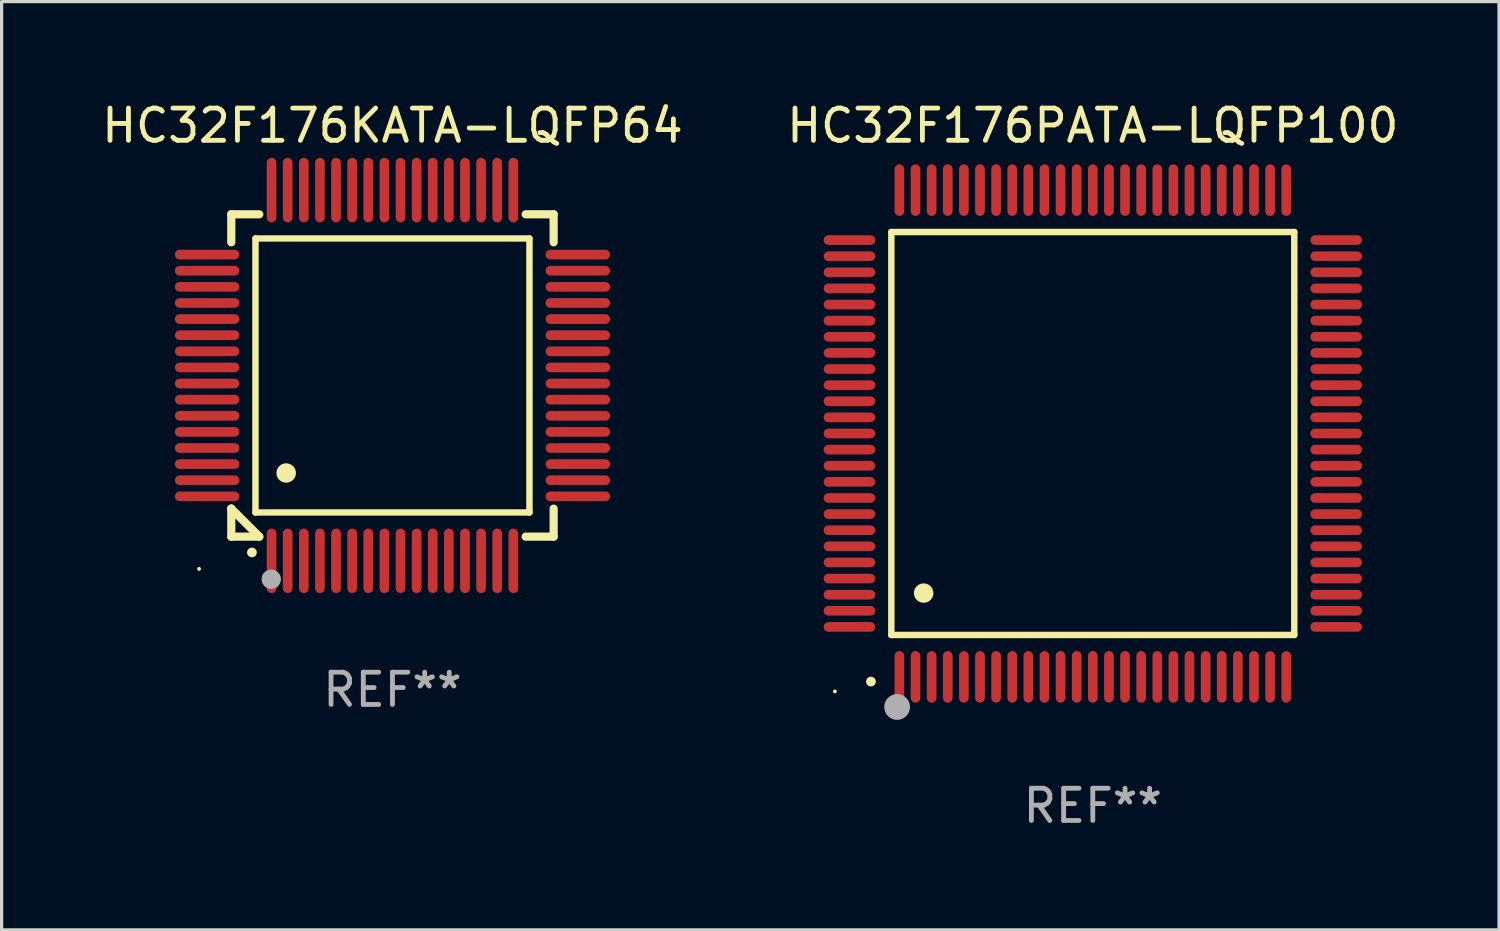
<source format=kicad_pcb>
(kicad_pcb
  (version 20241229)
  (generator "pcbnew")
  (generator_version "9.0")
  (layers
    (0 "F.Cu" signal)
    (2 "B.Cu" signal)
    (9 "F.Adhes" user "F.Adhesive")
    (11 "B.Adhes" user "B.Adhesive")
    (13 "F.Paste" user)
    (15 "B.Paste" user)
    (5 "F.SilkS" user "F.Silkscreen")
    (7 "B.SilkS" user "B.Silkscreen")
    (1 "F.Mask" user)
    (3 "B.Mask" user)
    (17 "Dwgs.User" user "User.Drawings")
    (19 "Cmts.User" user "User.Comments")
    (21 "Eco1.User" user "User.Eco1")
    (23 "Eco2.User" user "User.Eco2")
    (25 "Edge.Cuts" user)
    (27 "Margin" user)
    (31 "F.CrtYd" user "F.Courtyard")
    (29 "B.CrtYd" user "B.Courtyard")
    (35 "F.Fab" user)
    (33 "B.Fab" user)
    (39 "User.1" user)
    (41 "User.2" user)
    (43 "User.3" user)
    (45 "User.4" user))
  (footprint "HC32F176KATA-LQFP64"
    (layer "F.Cu")
    (at 9.125 8.598)
    (property "Reference" "HC32F176KATA-LQFP64" (at 0 -7.75 0) (layer "F.SilkS") (effects (font (size 1 1) (thickness 0.15))))
    (attr through_hole)
    (fp_line (start -5 -5) (end -4.131 -5) (stroke (width 0.254) (type solid)) (layer "F.SilkS"))
    (fp_line (start -5 -4.131) (end -5 -5) (stroke (width 0.254) (type solid)) (layer "F.SilkS"))
    (fp_line (start -5 4.131) (end -5 4.131) (stroke (width 0.254) (type solid)) (layer "F.SilkS"))
    (fp_line (start -5 5) (end -5 4.131) (stroke (width 0.254) (type solid)) (layer "F.SilkS"))
    (fp_line (start -5 4.131) (end -4.131 5) (stroke (width 0.254) (type solid)) (layer "F.SilkS"))
    (fp_line (start -4.25 -4.25) (end -4.25 4.25) (stroke (width 0.2) (type solid)) (layer "F.SilkS"))
    (fp_line (start -4.25 4.25) (end 4.25 4.25) (stroke (width 0.2) (type solid)) (layer "F.SilkS"))
    (fp_line (start -4.131 5) (end -5 5) (stroke (width 0.254) (type solid)) (layer "F.SilkS"))
    (fp_line (start 4.25 -4.25) (end -4.25 -4.25) (stroke (width 0.2) (type solid)) (layer "F.SilkS"))
    (fp_line (start 4.25 4.25) (end 4.25 -4.25) (stroke (width 0.2) (type solid)) (layer "F.SilkS"))
    (fp_line (start 5 -5) (end 4.131 -5) (stroke (width 0.254) (type solid)) (layer "F.SilkS"))
    (fp_line (start 5 -5) (end 5 -4.131) (stroke (width 0.254) (type solid)) (layer "F.SilkS"))
    (fp_line (start 5 4.131) (end 5 5) (stroke (width 0.254) (type solid)) (layer "F.SilkS"))
    (fp_line (start 5 5) (end 4.131 5) (stroke (width 0.254) (type solid)) (layer "F.SilkS"))
    (fp_arc (start -4.361265 5.489992) (mid -4.359995 5.489987) (end -4.358725 5.489992) (stroke (width 0.3) (type solid)) (layer "F.SilkS"))
    (fp_arc (start -3.299467 3.025146) (mid -3.296927 3.025135) (end -3.294387 3.025146) (stroke (width 0.6) (type solid)) (layer "F.SilkS"))
    (fp_circle (center -6 6) (end -5.97 6) (stroke (width 0.06) (type solid)) (fill no) (layer "F.SilkS"))
    (fp_circle (center -3.76 6.32) (end -3.61 6.32) (stroke (width 0.3) (type solid)) (fill no) (layer "F.Fab"))
    (fp_text user "REF**" (at 0 9.75 0) (layer "F.Fab") (effects (font (size 1 1) (thickness 0.15))))
    (pad "1" smd oval (at -3.75 5.75) (size 0.3 2) (layers "F.Cu" "F.Mask" "F.Paste"))
    (pad "2" smd oval (at -3.25 5.75) (size 0.3 2) (layers "F.Cu" "F.Mask" "F.Paste"))
    (pad "3" smd oval (at -2.75 5.75) (size 0.3 2) (layers "F.Cu" "F.Mask" "F.Paste"))
    (pad "4" smd oval (at -2.25 5.75) (size 0.3 2) (layers "F.Cu" "F.Mask" "F.Paste"))
    (pad "5" smd oval (at -1.75 5.75) (size 0.3 2) (layers "F.Cu" "F.Mask" "F.Paste"))
    (pad "6" smd oval (at -1.25 5.75) (size 0.3 2) (layers "F.Cu" "F.Mask" "F.Paste"))
    (pad "7" smd oval (at -0.75 5.75) (size 0.3 2) (layers "F.Cu" "F.Mask" "F.Paste"))
    (pad "8" smd oval (at -0.25 5.75) (size 0.3 2) (layers "F.Cu" "F.Mask" "F.Paste"))
    (pad "9" smd oval (at 0.25 5.75) (size 0.3 2) (layers "F.Cu" "F.Mask" "F.Paste"))
    (pad "10" smd oval (at 0.75 5.75) (size 0.3 2) (layers "F.Cu" "F.Mask" "F.Paste"))
    (pad "11" smd oval (at 1.25 5.75) (size 0.3 2) (layers "F.Cu" "F.Mask" "F.Paste"))
    (pad "12" smd oval (at 1.75 5.75) (size 0.3 2) (layers "F.Cu" "F.Mask" "F.Paste"))
    (pad "13" smd oval (at 2.25 5.75) (size 0.3 2) (layers "F.Cu" "F.Mask" "F.Paste"))
    (pad "14" smd oval (at 2.75 5.75) (size 0.3 2) (layers "F.Cu" "F.Mask" "F.Paste"))
    (pad "15" smd oval (at 3.25 5.75) (size 0.3 2) (layers "F.Cu" "F.Mask" "F.Paste"))
    (pad "16" smd oval (at 3.75 5.75) (size 0.3 2) (layers "F.Cu" "F.Mask" "F.Paste"))
    (pad "17" smd oval (at 5.75 3.75) (size 2 0.3) (layers "F.Cu" "F.Mask" "F.Paste"))
    (pad "18" smd oval (at 5.75 3.25) (size 2 0.3) (layers "F.Cu" "F.Mask" "F.Paste"))
    (pad "19" smd oval (at 5.75 2.75) (size 2 0.3) (layers "F.Cu" "F.Mask" "F.Paste"))
    (pad "20" smd oval (at 5.75 2.25) (size 2 0.3) (layers "F.Cu" "F.Mask" "F.Paste"))
    (pad "21" smd oval (at 5.75 1.75) (size 2 0.3) (layers "F.Cu" "F.Mask" "F.Paste"))
    (pad "22" smd oval (at 5.75 1.25) (size 2 0.3) (layers "F.Cu" "F.Mask" "F.Paste"))
    (pad "23" smd oval (at 5.75 0.75) (size 2 0.3) (layers "F.Cu" "F.Mask" "F.Paste"))
    (pad "24" smd oval (at 5.75 0.25) (size 2 0.3) (layers "F.Cu" "F.Mask" "F.Paste"))
    (pad "25" smd oval (at 5.75 -0.25) (size 2 0.3) (layers "F.Cu" "F.Mask" "F.Paste"))
    (pad "26" smd oval (at 5.75 -0.75) (size 2 0.3) (layers "F.Cu" "F.Mask" "F.Paste"))
    (pad "27" smd oval (at 5.75 -1.25) (size 2 0.3) (layers "F.Cu" "F.Mask" "F.Paste"))
    (pad "28" smd oval (at 5.75 -1.75) (size 2 0.3) (layers "F.Cu" "F.Mask" "F.Paste"))
    (pad "29" smd oval (at 5.75 -2.25) (size 2 0.3) (layers "F.Cu" "F.Mask" "F.Paste"))
    (pad "30" smd oval (at 5.75 -2.75) (size 2 0.3) (layers "F.Cu" "F.Mask" "F.Paste"))
    (pad "31" smd oval (at 5.75 -3.25) (size 2 0.3) (layers "F.Cu" "F.Mask" "F.Paste"))
    (pad "32" smd oval (at 5.75 -3.75) (size 2 0.3) (layers "F.Cu" "F.Mask" "F.Paste"))
    (pad "33" smd oval (at 3.75 -5.75) (size 0.3 2) (layers "F.Cu" "F.Mask" "F.Paste"))
    (pad "34" smd oval (at 3.25 -5.75) (size 0.3 2) (layers "F.Cu" "F.Mask" "F.Paste"))
    (pad "35" smd oval (at 2.75 -5.75) (size 0.3 2) (layers "F.Cu" "F.Mask" "F.Paste"))
    (pad "36" smd oval (at 2.25 -5.75) (size 0.3 2) (layers "F.Cu" "F.Mask" "F.Paste"))
    (pad "37" smd oval (at 1.75 -5.75) (size 0.3 2) (layers "F.Cu" "F.Mask" "F.Paste"))
    (pad "38" smd oval (at 1.25 -5.75) (size 0.3 2) (layers "F.Cu" "F.Mask" "F.Paste"))
    (pad "39" smd oval (at 0.75 -5.75) (size 0.3 2) (layers "F.Cu" "F.Mask" "F.Paste"))
    (pad "40" smd oval (at 0.25 -5.75) (size 0.3 2) (layers "F.Cu" "F.Mask" "F.Paste"))
    (pad "41" smd oval (at -0.25 -5.75) (size 0.3 2) (layers "F.Cu" "F.Mask" "F.Paste"))
    (pad "42" smd oval (at -0.75 -5.75) (size 0.3 2) (layers "F.Cu" "F.Mask" "F.Paste"))
    (pad "43" smd oval (at -1.25 -5.75) (size 0.3 2) (layers "F.Cu" "F.Mask" "F.Paste"))
    (pad "44" smd oval (at -1.75 -5.75) (size 0.3 2) (layers "F.Cu" "F.Mask" "F.Paste"))
    (pad "45" smd oval (at -2.25 -5.75) (size 0.3 2) (layers "F.Cu" "F.Mask" "F.Paste"))
    (pad "46" smd oval (at -2.75 -5.75) (size 0.3 2) (layers "F.Cu" "F.Mask" "F.Paste"))
    (pad "47" smd oval (at -3.25 -5.75) (size 0.3 2) (layers "F.Cu" "F.Mask" "F.Paste"))
    (pad "48" smd oval (at -3.75 -5.75) (size 0.3 2) (layers "F.Cu" "F.Mask" "F.Paste"))
    (pad "49" smd oval (at -5.75 -3.75) (size 2 0.3) (layers "F.Cu" "F.Mask" "F.Paste"))
    (pad "50" smd oval (at -5.75 -3.25) (size 2 0.3) (layers "F.Cu" "F.Mask" "F.Paste"))
    (pad "51" smd oval (at -5.75 -2.75) (size 2 0.3) (layers "F.Cu" "F.Mask" "F.Paste"))
    (pad "52" smd oval (at -5.75 -2.25) (size 2 0.3) (layers "F.Cu" "F.Mask" "F.Paste"))
    (pad "53" smd oval (at -5.75 -1.75) (size 2 0.3) (layers "F.Cu" "F.Mask" "F.Paste"))
    (pad "54" smd oval (at -5.75 -1.25) (size 2 0.3) (layers "F.Cu" "F.Mask" "F.Paste"))
    (pad "55" smd oval (at -5.75 -0.75) (size 2 0.3) (layers "F.Cu" "F.Mask" "F.Paste"))
    (pad "56" smd oval (at -5.75 -0.25) (size 2 0.3) (layers "F.Cu" "F.Mask" "F.Paste"))
    (pad "57" smd oval (at -5.75 0.25) (size 2 0.3) (layers "F.Cu" "F.Mask" "F.Paste"))
    (pad "58" smd oval (at -5.75 0.75) (size 2 0.3) (layers "F.Cu" "F.Mask" "F.Paste"))
    (pad "59" smd oval (at -5.75 1.25) (size 2 0.3) (layers "F.Cu" "F.Mask" "F.Paste"))
    (pad "60" smd oval (at -5.75 1.75) (size 2 0.3) (layers "F.Cu" "F.Mask" "F.Paste"))
    (pad "61" smd oval (at -5.75 2.25) (size 2 0.3) (layers "F.Cu" "F.Mask" "F.Paste"))
    (pad "62" smd oval (at -5.75 2.75) (size 2 0.3) (layers "F.Cu" "F.Mask" "F.Paste"))
    (pad "63" smd oval (at -5.75 3.25) (size 2 0.3) (layers "F.Cu" "F.Mask" "F.Paste"))
    (pad "64" smd oval (at -5.75 3.75) (size 2 0.3) (layers "F.Cu" "F.Mask" "F.Paste")))
  (footprint "HC32F176PATA-LQFP100"
    (layer "F.Cu")
    (at 30.851 10.398)
    (property "Reference" "HC32F176PATA-LQFP100" (at 0 -9.55 0) (layer "F.SilkS") (effects (font (size 1 1) (thickness 0.15))))
    (attr through_hole)
    (fp_line (start -6.25 -6.25) (end -6.25 6.25) (stroke (width 0.2) (type solid)) (layer "F.SilkS"))
    (fp_line (start -6.25 6.25) (end 6.25 6.25) (stroke (width 0.2) (type solid)) (layer "F.SilkS"))
    (fp_line (start 6.25 -6.25) (end -6.25 -6.25) (stroke (width 0.2) (type solid)) (layer "F.SilkS"))
    (fp_line (start 6.25 6.25) (end 6.25 -6.25) (stroke (width 0.2) (type solid)) (layer "F.SilkS"))
    (fp_arc (start -6.883414 7.696215) (mid -6.882144 7.69621) (end -6.880874 7.696215) (stroke (width 0.3) (type solid)) (layer "F.SilkS"))
    (fp_arc (start -5.250191 4.95047) (mid -5.247651 4.950459) (end -5.245111 4.95047) (stroke (width 0.6) (type solid)) (layer "F.SilkS"))
    (fp_circle (center -8 8) (end -7.97 8) (stroke (width 0.06) (type solid)) (fill no) (layer "F.SilkS"))
    (fp_circle (center -6.071 8.484) (end -5.871 8.484) (stroke (width 0.4) (type solid)) (fill no) (layer "F.Fab"))
    (fp_text user "REF**" (at 0 11.55 0) (layer "F.Fab") (effects (font (size 1 1) (thickness 0.15))))
    (pad "1" smd oval (at -6 7.55) (size 0.3 1.6) (layers "F.Cu" "F.Mask" "F.Paste"))
    (pad "2" smd oval (at -5.5 7.55) (size 0.3 1.6) (layers "F.Cu" "F.Mask" "F.Paste"))
    (pad "3" smd oval (at -5 7.55) (size 0.3 1.6) (layers "F.Cu" "F.Mask" "F.Paste"))
    (pad "4" smd oval (at -4.5 7.55) (size 0.3 1.6) (layers "F.Cu" "F.Mask" "F.Paste"))
    (pad "5" smd oval (at -4 7.55) (size 0.3 1.6) (layers "F.Cu" "F.Mask" "F.Paste"))
    (pad "6" smd oval (at -3.5 7.55) (size 0.3 1.6) (layers "F.Cu" "F.Mask" "F.Paste"))
    (pad "7" smd oval (at -3 7.55) (size 0.3 1.6) (layers "F.Cu" "F.Mask" "F.Paste"))
    (pad "8" smd oval (at -2.5 7.55) (size 0.3 1.6) (layers "F.Cu" "F.Mask" "F.Paste"))
    (pad "9" smd oval (at -2 7.55) (size 0.3 1.6) (layers "F.Cu" "F.Mask" "F.Paste"))
    (pad "10" smd oval (at -1.5 7.55) (size 0.3 1.6) (layers "F.Cu" "F.Mask" "F.Paste"))
    (pad "11" smd oval (at -1 7.55) (size 0.3 1.6) (layers "F.Cu" "F.Mask" "F.Paste"))
    (pad "12" smd oval (at -0.5 7.55) (size 0.3 1.6) (layers "F.Cu" "F.Mask" "F.Paste"))
    (pad "13" smd oval (at 0 7.55) (size 0.3 1.6) (layers "F.Cu" "F.Mask" "F.Paste"))
    (pad "14" smd oval (at 0.5 7.55) (size 0.3 1.6) (layers "F.Cu" "F.Mask" "F.Paste"))
    (pad "15" smd oval (at 1 7.55) (size 0.3 1.6) (layers "F.Cu" "F.Mask" "F.Paste"))
    (pad "16" smd oval (at 1.5 7.55) (size 0.3 1.6) (layers "F.Cu" "F.Mask" "F.Paste"))
    (pad "17" smd oval (at 2 7.55) (size 0.3 1.6) (layers "F.Cu" "F.Mask" "F.Paste"))
    (pad "18" smd oval (at 2.5 7.55) (size 0.3 1.6) (layers "F.Cu" "F.Mask" "F.Paste"))
    (pad "19" smd oval (at 3 7.55) (size 0.3 1.6) (layers "F.Cu" "F.Mask" "F.Paste"))
    (pad "20" smd oval (at 3.5 7.55) (size 0.3 1.6) (layers "F.Cu" "F.Mask" "F.Paste"))
    (pad "21" smd oval (at 4 7.55) (size 0.3 1.6) (layers "F.Cu" "F.Mask" "F.Paste"))
    (pad "22" smd oval (at 4.5 7.55) (size 0.3 1.6) (layers "F.Cu" "F.Mask" "F.Paste"))
    (pad "23" smd oval (at 5 7.55) (size 0.3 1.6) (layers "F.Cu" "F.Mask" "F.Paste"))
    (pad "24" smd oval (at 5.5 7.55) (size 0.3 1.6) (layers "F.Cu" "F.Mask" "F.Paste"))
    (pad "25" smd oval (at 6 7.55) (size 0.3 1.6) (layers "F.Cu" "F.Mask" "F.Paste"))
    (pad "26" smd oval (at 7.55 6) (size 1.6 0.3) (layers "F.Cu" "F.Mask" "F.Paste"))
    (pad "27" smd oval (at 7.55 5.5) (size 1.6 0.3) (layers "F.Cu" "F.Mask" "F.Paste"))
    (pad "28" smd oval (at 7.55 5) (size 1.6 0.3) (layers "F.Cu" "F.Mask" "F.Paste"))
    (pad "29" smd oval (at 7.55 4.5) (size 1.6 0.3) (layers "F.Cu" "F.Mask" "F.Paste"))
    (pad "30" smd oval (at 7.55 4) (size 1.6 0.3) (layers "F.Cu" "F.Mask" "F.Paste"))
    (pad "31" smd oval (at 7.55 3.5) (size 1.6 0.3) (layers "F.Cu" "F.Mask" "F.Paste"))
    (pad "32" smd oval (at 7.55 3) (size 1.6 0.3) (layers "F.Cu" "F.Mask" "F.Paste"))
    (pad "33" smd oval (at 7.55 2.5) (size 1.6 0.3) (layers "F.Cu" "F.Mask" "F.Paste"))
    (pad "34" smd oval (at 7.55 2) (size 1.6 0.3) (layers "F.Cu" "F.Mask" "F.Paste"))
    (pad "35" smd oval (at 7.55 1.5) (size 1.6 0.3) (layers "F.Cu" "F.Mask" "F.Paste"))
    (pad "36" smd oval (at 7.55 1) (size 1.6 0.3) (layers "F.Cu" "F.Mask" "F.Paste"))
    (pad "37" smd oval (at 7.55 0.5) (size 1.6 0.3) (layers "F.Cu" "F.Mask" "F.Paste"))
    (pad "38" smd oval (at 7.55 0) (size 1.6 0.3) (layers "F.Cu" "F.Mask" "F.Paste"))
    (pad "39" smd oval (at 7.55 -0.5) (size 1.6 0.3) (layers "F.Cu" "F.Mask" "F.Paste"))
    (pad "40" smd oval (at 7.55 -1) (size 1.6 0.3) (layers "F.Cu" "F.Mask" "F.Paste"))
    (pad "41" smd oval (at 7.55 -1.5) (size 1.6 0.3) (layers "F.Cu" "F.Mask" "F.Paste"))
    (pad "42" smd oval (at 7.55 -2) (size 1.6 0.3) (layers "F.Cu" "F.Mask" "F.Paste"))
    (pad "43" smd oval (at 7.55 -2.5) (size 1.6 0.3) (layers "F.Cu" "F.Mask" "F.Paste"))
    (pad "44" smd oval (at 7.55 -3) (size 1.6 0.3) (layers "F.Cu" "F.Mask" "F.Paste"))
    (pad "45" smd oval (at 7.55 -3.5) (size 1.6 0.3) (layers "F.Cu" "F.Mask" "F.Paste"))
    (pad "46" smd oval (at 7.55 -4) (size 1.6 0.3) (layers "F.Cu" "F.Mask" "F.Paste"))
    (pad "47" smd oval (at 7.55 -4.5) (size 1.6 0.3) (layers "F.Cu" "F.Mask" "F.Paste"))
    (pad "48" smd oval (at 7.55 -5) (size 1.6 0.3) (layers "F.Cu" "F.Mask" "F.Paste"))
    (pad "49" smd oval (at 7.55 -5.5) (size 1.6 0.3) (layers "F.Cu" "F.Mask" "F.Paste"))
    (pad "50" smd oval (at 7.55 -6) (size 1.6 0.3) (layers "F.Cu" "F.Mask" "F.Paste"))
    (pad "51" smd oval (at 6 -7.55) (size 0.3 1.6) (layers "F.Cu" "F.Mask" "F.Paste"))
    (pad "52" smd oval (at 5.5 -7.55) (size 0.3 1.6) (layers "F.Cu" "F.Mask" "F.Paste"))
    (pad "53" smd oval (at 5 -7.55) (size 0.3 1.6) (layers "F.Cu" "F.Mask" "F.Paste"))
    (pad "54" smd oval (at 4.5 -7.55) (size 0.3 1.6) (layers "F.Cu" "F.Mask" "F.Paste"))
    (pad "55" smd oval (at 4 -7.55) (size 0.3 1.6) (layers "F.Cu" "F.Mask" "F.Paste"))
    (pad "56" smd oval (at 3.5 -7.55) (size 0.3 1.6) (layers "F.Cu" "F.Mask" "F.Paste"))
    (pad "57" smd oval (at 3 -7.55) (size 0.3 1.6) (layers "F.Cu" "F.Mask" "F.Paste"))
    (pad "58" smd oval (at 2.5 -7.55) (size 0.3 1.6) (layers "F.Cu" "F.Mask" "F.Paste"))
    (pad "59" smd oval (at 2 -7.55) (size 0.3 1.6) (layers "F.Cu" "F.Mask" "F.Paste"))
    (pad "60" smd oval (at 1.5 -7.55) (size 0.3 1.6) (layers "F.Cu" "F.Mask" "F.Paste"))
    (pad "61" smd oval (at 1 -7.55) (size 0.3 1.6) (layers "F.Cu" "F.Mask" "F.Paste"))
    (pad "62" smd oval (at 0.5 -7.55) (size 0.3 1.6) (layers "F.Cu" "F.Mask" "F.Paste"))
    (pad "63" smd oval (at 0 -7.55) (size 0.3 1.6) (layers "F.Cu" "F.Mask" "F.Paste"))
    (pad "64" smd oval (at -0.5 -7.55) (size 0.3 1.6) (layers "F.Cu" "F.Mask" "F.Paste"))
    (pad "65" smd oval (at -1 -7.55) (size 0.3 1.6) (layers "F.Cu" "F.Mask" "F.Paste"))
    (pad "66" smd oval (at -1.5 -7.55) (size 0.3 1.6) (layers "F.Cu" "F.Mask" "F.Paste"))
    (pad "67" smd oval (at -2 -7.55) (size 0.3 1.6) (layers "F.Cu" "F.Mask" "F.Paste"))
    (pad "68" smd oval (at -2.5 -7.55) (size 0.3 1.6) (layers "F.Cu" "F.Mask" "F.Paste"))
    (pad "69" smd oval (at -3 -7.55) (size 0.3 1.6) (layers "F.Cu" "F.Mask" "F.Paste"))
    (pad "70" smd oval (at -3.5 -7.55) (size 0.3 1.6) (layers "F.Cu" "F.Mask" "F.Paste"))
    (pad "71" smd oval (at -4 -7.55) (size 0.3 1.6) (layers "F.Cu" "F.Mask" "F.Paste"))
    (pad "72" smd oval (at -4.5 -7.55) (size 0.3 1.6) (layers "F.Cu" "F.Mask" "F.Paste"))
    (pad "73" smd oval (at -5 -7.55) (size 0.3 1.6) (layers "F.Cu" "F.Mask" "F.Paste"))
    (pad "74" smd oval (at -5.5 -7.55) (size 0.3 1.6) (layers "F.Cu" "F.Mask" "F.Paste"))
    (pad "75" smd oval (at -6 -7.55) (size 0.3 1.6) (layers "F.Cu" "F.Mask" "F.Paste"))
    (pad "76" smd oval (at -7.55 -6) (size 1.6 0.3) (layers "F.Cu" "F.Mask" "F.Paste"))
    (pad "77" smd oval (at -7.55 -5.5) (size 1.6 0.3) (layers "F.Cu" "F.Mask" "F.Paste"))
    (pad "78" smd oval (at -7.55 -5) (size 1.6 0.3) (layers "F.Cu" "F.Mask" "F.Paste"))
    (pad "79" smd oval (at -7.55 -4.5) (size 1.6 0.3) (layers "F.Cu" "F.Mask" "F.Paste"))
    (pad "80" smd oval (at -7.55 -4) (size 1.6 0.3) (layers "F.Cu" "F.Mask" "F.Paste"))
    (pad "81" smd oval (at -7.55 -3.5) (size 1.6 0.3) (layers "F.Cu" "F.Mask" "F.Paste"))
    (pad "82" smd oval (at -7.55 -3) (size 1.6 0.3) (layers "F.Cu" "F.Mask" "F.Paste"))
    (pad "83" smd oval (at -7.55 -2.5) (size 1.6 0.3) (layers "F.Cu" "F.Mask" "F.Paste"))
    (pad "84" smd oval (at -7.55 -2) (size 1.6 0.3) (layers "F.Cu" "F.Mask" "F.Paste"))
    (pad "85" smd oval (at -7.55 -1.5) (size 1.6 0.3) (layers "F.Cu" "F.Mask" "F.Paste"))
    (pad "86" smd oval (at -7.55 -1) (size 1.6 0.3) (layers "F.Cu" "F.Mask" "F.Paste"))
    (pad "87" smd oval (at -7.55 -0.5) (size 1.6 0.3) (layers "F.Cu" "F.Mask" "F.Paste"))
    (pad "88" smd oval (at -7.55 0) (size 1.6 0.3) (layers "F.Cu" "F.Mask" "F.Paste"))
    (pad "89" smd oval (at -7.55 0.5) (size 1.6 0.3) (layers "F.Cu" "F.Mask" "F.Paste"))
    (pad "90" smd oval (at -7.55 1) (size 1.6 0.3) (layers "F.Cu" "F.Mask" "F.Paste"))
    (pad "91" smd oval (at -7.55 1.5) (size 1.6 0.3) (layers "F.Cu" "F.Mask" "F.Paste"))
    (pad "92" smd oval (at -7.55 2) (size 1.6 0.3) (layers "F.Cu" "F.Mask" "F.Paste"))
    (pad "93" smd oval (at -7.55 2.5) (size 1.6 0.3) (layers "F.Cu" "F.Mask" "F.Paste"))
    (pad "94" smd oval (at -7.55 3) (size 1.6 0.3) (layers "F.Cu" "F.Mask" "F.Paste"))
    (pad "95" smd oval (at -7.55 3.5) (size 1.6 0.3) (layers "F.Cu" "F.Mask" "F.Paste"))
    (pad "96" smd oval (at -7.55 4) (size 1.6 0.3) (layers "F.Cu" "F.Mask" "F.Paste"))
    (pad "97" smd oval (at -7.55 4.5) (size 1.6 0.3) (layers "F.Cu" "F.Mask" "F.Paste"))
    (pad "98" smd oval (at -7.55 5) (size 1.6 0.3) (layers "F.Cu" "F.Mask" "F.Paste"))
    (pad "99" smd oval (at -7.55 5.5) (size 1.6 0.3) (layers "F.Cu" "F.Mask" "F.Paste"))
    (pad "100" smd oval (at -7.55 6) (size 1.6 0.3) (layers "F.Cu" "F.Mask" "F.Paste")))
  (gr_rect
    (start -3 -3)
    (end 43.452 25.796)
    (stroke (width 0.1) (type default))
    (fill no)
    (layer "Edge.Cuts")))
</source>
